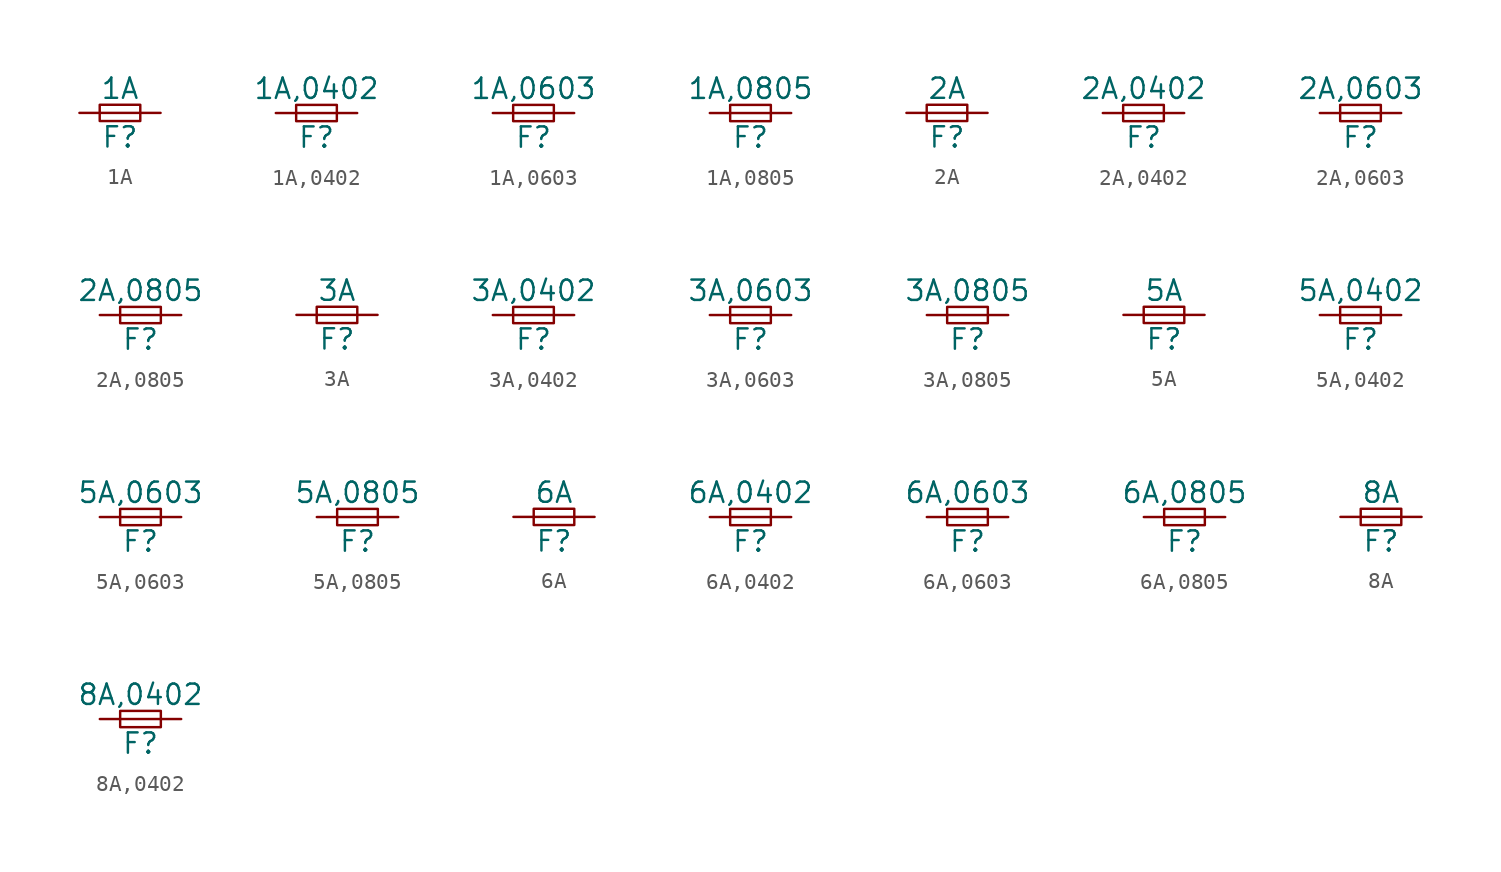
<source format=kicad_sym>
(kicad_symbol_lib
  (version 20211014)
  (generator kicad_symbol_editor)
  (symbol "1A"
    (pin_numbers hide)
    (pin_names
      (offset 0.254) hide)
    (property "Reference" "F"
      (at 0 -1.524 0)
      (effects (font (size 1.27 1.27))))
    (property "Value" "1A"
      (at 0 1.524 0)
      (effects (font (size 1.27 1.27))))
    (symbol "1A_0_1"
      (rectangle (start -1.27 0.508) (end 1.27 -0.508) (stroke (width 0) (type default) (color 0 0 0 0)) (fill (type none)))
      (polyline (pts (xy -1.27 0) (xy 1.27 0)) (stroke (width 0) (type default) (color 0 0 0 0)) (fill (type none))))
    (symbol "1A_1_1"
      (pin passive line (at -2.54 0 0) (length 1.27) (name "~" (effects (font (size 1.27 1.27)))) (number "1" (effects (font (size 1.27 1.27)))))
      (pin passive line (at 2.54 0 180) (length 1.27) (name "~" (effects (font (size 1.27 1.27)))) (number "2" (effects (font (size 1.27 1.27)))))))
  (symbol "1A,0402"
    (pin_numbers hide)
    (pin_names
      (offset 0.254) hide)
    (property "Reference" "F"
      (at 0 -1.524 0)
      (effects (font (size 1.27 1.27))))
    (property "Value" "1A,0402"
      (at 0 1.524 0)
      (effects (font (size 1.27 1.27))))
    (symbol "1A,0402_0_1"
      (rectangle (start -1.27 0.508) (end 1.27 -0.508) (stroke (width 0) (type default) (color 0 0 0 0)) (fill (type none)))
      (polyline (pts (xy -1.27 0) (xy 1.27 0)) (stroke (width 0) (type default) (color 0 0 0 0)) (fill (type none))))
    (symbol "1A,0402_1_1"
      (pin passive line (at -2.54 0 0) (length 1.27) (name "~" (effects (font (size 1.27 1.27)))) (number "1" (effects (font (size 1.27 1.27)))))
      (pin passive line (at 2.54 0 180) (length 1.27) (name "~" (effects (font (size 1.27 1.27)))) (number "2" (effects (font (size 1.27 1.27)))))))
  (symbol "1A,0603"
    (pin_numbers hide)
    (pin_names
      (offset 0.254) hide)
    (property "Reference" "F"
      (at 0 -1.524 0)
      (effects (font (size 1.27 1.27))))
    (property "Value" "1A,0603"
      (at 0 1.524 0)
      (effects (font (size 1.27 1.27))))
    (symbol "1A,0603_0_1"
      (rectangle (start -1.27 0.508) (end 1.27 -0.508) (stroke (width 0) (type default) (color 0 0 0 0)) (fill (type none)))
      (polyline (pts (xy -1.27 0) (xy 1.27 0)) (stroke (width 0) (type default) (color 0 0 0 0)) (fill (type none))))
    (symbol "1A,0603_1_1"
      (pin passive line (at -2.54 0 0) (length 1.27) (name "~" (effects (font (size 1.27 1.27)))) (number "1" (effects (font (size 1.27 1.27)))))
      (pin passive line (at 2.54 0 180) (length 1.27) (name "~" (effects (font (size 1.27 1.27)))) (number "2" (effects (font (size 1.27 1.27)))))))
  (symbol "1A,0805"
    (pin_numbers hide)
    (pin_names
      (offset 0.254) hide)
    (property "Reference" "F"
      (at 0 -1.524 0)
      (effects (font (size 1.27 1.27))))
    (property "Value" "1A,0805"
      (at 0 1.524 0)
      (effects (font (size 1.27 1.27))))
    (symbol "1A,0805_0_1"
      (rectangle (start -1.27 0.508) (end 1.27 -0.508) (stroke (width 0) (type default) (color 0 0 0 0)) (fill (type none)))
      (polyline (pts (xy -1.27 0) (xy 1.27 0)) (stroke (width 0) (type default) (color 0 0 0 0)) (fill (type none))))
    (symbol "1A,0805_1_1"
      (pin passive line (at -2.54 0 0) (length 1.27) (name "~" (effects (font (size 1.27 1.27)))) (number "1" (effects (font (size 1.27 1.27)))))
      (pin passive line (at 2.54 0 180) (length 1.27) (name "~" (effects (font (size 1.27 1.27)))) (number "2" (effects (font (size 1.27 1.27)))))))
  (symbol "2A"
    (pin_numbers hide)
    (pin_names
      (offset 0.254) hide)
    (property "Reference" "F"
      (at 0 -1.524 0)
      (effects (font (size 1.27 1.27))))
    (property "Value" "2A"
      (at 0 1.524 0)
      (effects (font (size 1.27 1.27))))
    (symbol "2A_0_1"
      (rectangle (start -1.27 0.508) (end 1.27 -0.508) (stroke (width 0) (type default) (color 0 0 0 0)) (fill (type none)))
      (polyline (pts (xy -1.27 0) (xy 1.27 0)) (stroke (width 0) (type default) (color 0 0 0 0)) (fill (type none))))
    (symbol "2A_1_1"
      (pin passive line (at -2.54 0 0) (length 1.27) (name "~" (effects (font (size 1.27 1.27)))) (number "1" (effects (font (size 1.27 1.27)))))
      (pin passive line (at 2.54 0 180) (length 1.27) (name "~" (effects (font (size 1.27 1.27)))) (number "2" (effects (font (size 1.27 1.27)))))))
  (symbol "2A,0402"
    (pin_numbers hide)
    (pin_names
      (offset 0.254) hide)
    (property "Reference" "F"
      (at 0 -1.524 0)
      (effects (font (size 1.27 1.27))))
    (property "Value" "2A,0402"
      (at 0 1.524 0)
      (effects (font (size 1.27 1.27))))
    (symbol "2A,0402_0_1"
      (rectangle (start -1.27 0.508) (end 1.27 -0.508) (stroke (width 0) (type default) (color 0 0 0 0)) (fill (type none)))
      (polyline (pts (xy -1.27 0) (xy 1.27 0)) (stroke (width 0) (type default) (color 0 0 0 0)) (fill (type none))))
    (symbol "2A,0402_1_1"
      (pin passive line (at -2.54 0 0) (length 1.27) (name "~" (effects (font (size 1.27 1.27)))) (number "1" (effects (font (size 1.27 1.27)))))
      (pin passive line (at 2.54 0 180) (length 1.27) (name "~" (effects (font (size 1.27 1.27)))) (number "2" (effects (font (size 1.27 1.27)))))))
  (symbol "2A,0603"
    (pin_numbers hide)
    (pin_names
      (offset 0.254) hide)
    (property "Reference" "F"
      (at 0 -1.524 0)
      (effects (font (size 1.27 1.27))))
    (property "Value" "2A,0603"
      (at 0 1.524 0)
      (effects (font (size 1.27 1.27))))
    (symbol "2A,0603_0_1"
      (rectangle (start -1.27 0.508) (end 1.27 -0.508) (stroke (width 0) (type default) (color 0 0 0 0)) (fill (type none)))
      (polyline (pts (xy -1.27 0) (xy 1.27 0)) (stroke (width 0) (type default) (color 0 0 0 0)) (fill (type none))))
    (symbol "2A,0603_1_1"
      (pin passive line (at -2.54 0 0) (length 1.27) (name "~" (effects (font (size 1.27 1.27)))) (number "1" (effects (font (size 1.27 1.27)))))
      (pin passive line (at 2.54 0 180) (length 1.27) (name "~" (effects (font (size 1.27 1.27)))) (number "2" (effects (font (size 1.27 1.27)))))))
  (symbol "2A,0805"
    (pin_numbers hide)
    (pin_names
      (offset 0.254) hide)
    (property "Reference" "F"
      (at 0 -1.524 0)
      (effects (font (size 1.27 1.27))))
    (property "Value" "2A,0805"
      (at 0 1.524 0)
      (effects (font (size 1.27 1.27))))
    (symbol "2A,0805_0_1"
      (rectangle (start -1.27 0.508) (end 1.27 -0.508) (stroke (width 0) (type default) (color 0 0 0 0)) (fill (type none)))
      (polyline (pts (xy -1.27 0) (xy 1.27 0)) (stroke (width 0) (type default) (color 0 0 0 0)) (fill (type none))))
    (symbol "2A,0805_1_1"
      (pin passive line (at -2.54 0 0) (length 1.27) (name "~" (effects (font (size 1.27 1.27)))) (number "1" (effects (font (size 1.27 1.27)))))
      (pin passive line (at 2.54 0 180) (length 1.27) (name "~" (effects (font (size 1.27 1.27)))) (number "2" (effects (font (size 1.27 1.27)))))))
  (symbol "3A"
    (pin_numbers hide)
    (pin_names
      (offset 0.254) hide)
    (property "Reference" "F"
      (at 0 -1.524 0)
      (effects (font (size 1.27 1.27))))
    (property "Value" "3A"
      (at 0 1.524 0)
      (effects (font (size 1.27 1.27))))
    (symbol "3A_0_1"
      (rectangle (start -1.27 0.508) (end 1.27 -0.508) (stroke (width 0) (type default) (color 0 0 0 0)) (fill (type none)))
      (polyline (pts (xy -1.27 0) (xy 1.27 0)) (stroke (width 0) (type default) (color 0 0 0 0)) (fill (type none))))
    (symbol "3A_1_1"
      (pin passive line (at -2.54 0 0) (length 1.27) (name "~" (effects (font (size 1.27 1.27)))) (number "1" (effects (font (size 1.27 1.27)))))
      (pin passive line (at 2.54 0 180) (length 1.27) (name "~" (effects (font (size 1.27 1.27)))) (number "2" (effects (font (size 1.27 1.27)))))))
  (symbol "3A,0402"
    (pin_numbers hide)
    (pin_names
      (offset 0.254) hide)
    (property "Reference" "F"
      (at 0 -1.524 0)
      (effects (font (size 1.27 1.27))))
    (property "Value" "3A,0402"
      (at 0 1.524 0)
      (effects (font (size 1.27 1.27))))
    (symbol "3A,0402_0_1"
      (rectangle (start -1.27 0.508) (end 1.27 -0.508) (stroke (width 0) (type default) (color 0 0 0 0)) (fill (type none)))
      (polyline (pts (xy -1.27 0) (xy 1.27 0)) (stroke (width 0) (type default) (color 0 0 0 0)) (fill (type none))))
    (symbol "3A,0402_1_1"
      (pin passive line (at -2.54 0 0) (length 1.27) (name "~" (effects (font (size 1.27 1.27)))) (number "1" (effects (font (size 1.27 1.27)))))
      (pin passive line (at 2.54 0 180) (length 1.27) (name "~" (effects (font (size 1.27 1.27)))) (number "2" (effects (font (size 1.27 1.27)))))))
  (symbol "3A,0603"
    (pin_numbers hide)
    (pin_names
      (offset 0.254) hide)
    (property "Reference" "F"
      (at 0 -1.524 0)
      (effects (font (size 1.27 1.27))))
    (property "Value" "3A,0603"
      (at 0 1.524 0)
      (effects (font (size 1.27 1.27))))
    (symbol "3A,0603_0_1"
      (rectangle (start -1.27 0.508) (end 1.27 -0.508) (stroke (width 0) (type default) (color 0 0 0 0)) (fill (type none)))
      (polyline (pts (xy -1.27 0) (xy 1.27 0)) (stroke (width 0) (type default) (color 0 0 0 0)) (fill (type none))))
    (symbol "3A,0603_1_1"
      (pin passive line (at -2.54 0 0) (length 1.27) (name "~" (effects (font (size 1.27 1.27)))) (number "1" (effects (font (size 1.27 1.27)))))
      (pin passive line (at 2.54 0 180) (length 1.27) (name "~" (effects (font (size 1.27 1.27)))) (number "2" (effects (font (size 1.27 1.27)))))))
  (symbol "3A,0805"
    (pin_numbers hide)
    (pin_names
      (offset 0.254) hide)
    (property "Reference" "F"
      (at 0 -1.524 0)
      (effects (font (size 1.27 1.27))))
    (property "Value" "3A,0805"
      (at 0 1.524 0)
      (effects (font (size 1.27 1.27))))
    (symbol "3A,0805_0_1"
      (rectangle (start -1.27 0.508) (end 1.27 -0.508) (stroke (width 0) (type default) (color 0 0 0 0)) (fill (type none)))
      (polyline (pts (xy -1.27 0) (xy 1.27 0)) (stroke (width 0) (type default) (color 0 0 0 0)) (fill (type none))))
    (symbol "3A,0805_1_1"
      (pin passive line (at -2.54 0 0) (length 1.27) (name "~" (effects (font (size 1.27 1.27)))) (number "1" (effects (font (size 1.27 1.27)))))
      (pin passive line (at 2.54 0 180) (length 1.27) (name "~" (effects (font (size 1.27 1.27)))) (number "2" (effects (font (size 1.27 1.27)))))))
  (symbol "5A"
    (pin_numbers hide)
    (pin_names
      (offset 0.254) hide)
    (property "Reference" "F"
      (at 0 -1.524 0)
      (effects (font (size 1.27 1.27))))
    (property "Value" "5A"
      (at 0 1.524 0)
      (effects (font (size 1.27 1.27))))
    (symbol "5A_0_1"
      (rectangle (start -1.27 0.508) (end 1.27 -0.508) (stroke (width 0) (type default) (color 0 0 0 0)) (fill (type none)))
      (polyline (pts (xy -1.27 0) (xy 1.27 0)) (stroke (width 0) (type default) (color 0 0 0 0)) (fill (type none))))
    (symbol "5A_1_1"
      (pin passive line (at -2.54 0 0) (length 1.27) (name "~" (effects (font (size 1.27 1.27)))) (number "1" (effects (font (size 1.27 1.27)))))
      (pin passive line (at 2.54 0 180) (length 1.27) (name "~" (effects (font (size 1.27 1.27)))) (number "2" (effects (font (size 1.27 1.27)))))))
  (symbol "5A,0402"
    (pin_numbers hide)
    (pin_names
      (offset 0.254) hide)
    (property "Reference" "F"
      (at 0 -1.524 0)
      (effects (font (size 1.27 1.27))))
    (property "Value" "5A,0402"
      (at 0 1.524 0)
      (effects (font (size 1.27 1.27))))
    (symbol "5A,0402_0_1"
      (rectangle (start -1.27 0.508) (end 1.27 -0.508) (stroke (width 0) (type default) (color 0 0 0 0)) (fill (type none)))
      (polyline (pts (xy -1.27 0) (xy 1.27 0)) (stroke (width 0) (type default) (color 0 0 0 0)) (fill (type none))))
    (symbol "5A,0402_1_1"
      (pin passive line (at -2.54 0 0) (length 1.27) (name "~" (effects (font (size 1.27 1.27)))) (number "1" (effects (font (size 1.27 1.27)))))
      (pin passive line (at 2.54 0 180) (length 1.27) (name "~" (effects (font (size 1.27 1.27)))) (number "2" (effects (font (size 1.27 1.27)))))))
  (symbol "5A,0603"
    (pin_numbers hide)
    (pin_names
      (offset 0.254) hide)
    (property "Reference" "F"
      (at 0 -1.524 0)
      (effects (font (size 1.27 1.27))))
    (property "Value" "5A,0603"
      (at 0 1.524 0)
      (effects (font (size 1.27 1.27))))
    (symbol "5A,0603_0_1"
      (rectangle (start -1.27 0.508) (end 1.27 -0.508) (stroke (width 0) (type default) (color 0 0 0 0)) (fill (type none)))
      (polyline (pts (xy -1.27 0) (xy 1.27 0)) (stroke (width 0) (type default) (color 0 0 0 0)) (fill (type none))))
    (symbol "5A,0603_1_1"
      (pin passive line (at -2.54 0 0) (length 1.27) (name "~" (effects (font (size 1.27 1.27)))) (number "1" (effects (font (size 1.27 1.27)))))
      (pin passive line (at 2.54 0 180) (length 1.27) (name "~" (effects (font (size 1.27 1.27)))) (number "2" (effects (font (size 1.27 1.27)))))))
  (symbol "5A,0805"
    (pin_numbers hide)
    (pin_names
      (offset 0.254) hide)
    (property "Reference" "F"
      (at 0 -1.524 0)
      (effects (font (size 1.27 1.27))))
    (property "Value" "5A,0805"
      (at 0 1.524 0)
      (effects (font (size 1.27 1.27))))
    (symbol "5A,0805_0_1"
      (rectangle (start -1.27 0.508) (end 1.27 -0.508) (stroke (width 0) (type default) (color 0 0 0 0)) (fill (type none)))
      (polyline (pts (xy -1.27 0) (xy 1.27 0)) (stroke (width 0) (type default) (color 0 0 0 0)) (fill (type none))))
    (symbol "5A,0805_1_1"
      (pin passive line (at -2.54 0 0) (length 1.27) (name "~" (effects (font (size 1.27 1.27)))) (number "1" (effects (font (size 1.27 1.27)))))
      (pin passive line (at 2.54 0 180) (length 1.27) (name "~" (effects (font (size 1.27 1.27)))) (number "2" (effects (font (size 1.27 1.27)))))))
  (symbol "6A"
    (pin_numbers hide)
    (pin_names
      (offset 0.254) hide)
    (property "Reference" "F"
      (at 0 -1.524 0)
      (effects (font (size 1.27 1.27))))
    (property "Value" "6A"
      (at 0 1.524 0)
      (effects (font (size 1.27 1.27))))
    (symbol "6A_0_1"
      (rectangle (start -1.27 0.508) (end 1.27 -0.508) (stroke (width 0) (type default) (color 0 0 0 0)) (fill (type none)))
      (polyline (pts (xy -1.27 0) (xy 1.27 0)) (stroke (width 0) (type default) (color 0 0 0 0)) (fill (type none))))
    (symbol "6A_1_1"
      (pin passive line (at -2.54 0 0) (length 1.27) (name "~" (effects (font (size 1.27 1.27)))) (number "1" (effects (font (size 1.27 1.27)))))
      (pin passive line (at 2.54 0 180) (length 1.27) (name "~" (effects (font (size 1.27 1.27)))) (number "2" (effects (font (size 1.27 1.27)))))))
  (symbol "6A,0402"
    (pin_numbers hide)
    (pin_names
      (offset 0.254) hide)
    (property "Reference" "F"
      (at 0 -1.524 0)
      (effects (font (size 1.27 1.27))))
    (property "Value" "6A,0402"
      (at 0 1.524 0)
      (effects (font (size 1.27 1.27))))
    (symbol "6A,0402_0_1"
      (rectangle (start -1.27 0.508) (end 1.27 -0.508) (stroke (width 0) (type default) (color 0 0 0 0)) (fill (type none)))
      (polyline (pts (xy -1.27 0) (xy 1.27 0)) (stroke (width 0) (type default) (color 0 0 0 0)) (fill (type none))))
    (symbol "6A,0402_1_1"
      (pin passive line (at -2.54 0 0) (length 1.27) (name "~" (effects (font (size 1.27 1.27)))) (number "1" (effects (font (size 1.27 1.27)))))
      (pin passive line (at 2.54 0 180) (length 1.27) (name "~" (effects (font (size 1.27 1.27)))) (number "2" (effects (font (size 1.27 1.27)))))))
  (symbol "6A,0603"
    (pin_numbers hide)
    (pin_names
      (offset 0.254) hide)
    (property "Reference" "F"
      (at 0 -1.524 0)
      (effects (font (size 1.27 1.27))))
    (property "Value" "6A,0603"
      (at 0 1.524 0)
      (effects (font (size 1.27 1.27))))
    (symbol "6A,0603_0_1"
      (rectangle (start -1.27 0.508) (end 1.27 -0.508) (stroke (width 0) (type default) (color 0 0 0 0)) (fill (type none)))
      (polyline (pts (xy -1.27 0) (xy 1.27 0)) (stroke (width 0) (type default) (color 0 0 0 0)) (fill (type none))))
    (symbol "6A,0603_1_1"
      (pin passive line (at -2.54 0 0) (length 1.27) (name "~" (effects (font (size 1.27 1.27)))) (number "1" (effects (font (size 1.27 1.27)))))
      (pin passive line (at 2.54 0 180) (length 1.27) (name "~" (effects (font (size 1.27 1.27)))) (number "2" (effects (font (size 1.27 1.27)))))))
  (symbol "6A,0805"
    (pin_numbers hide)
    (pin_names
      (offset 0.254) hide)
    (property "Reference" "F"
      (at 0 -1.524 0)
      (effects (font (size 1.27 1.27))))
    (property "Value" "6A,0805"
      (at 0 1.524 0)
      (effects (font (size 1.27 1.27))))
    (symbol "6A,0805_0_1"
      (rectangle (start -1.27 0.508) (end 1.27 -0.508) (stroke (width 0) (type default) (color 0 0 0 0)) (fill (type none)))
      (polyline (pts (xy -1.27 0) (xy 1.27 0)) (stroke (width 0) (type default) (color 0 0 0 0)) (fill (type none))))
    (symbol "6A,0805_1_1"
      (pin passive line (at -2.54 0 0) (length 1.27) (name "~" (effects (font (size 1.27 1.27)))) (number "1" (effects (font (size 1.27 1.27)))))
      (pin passive line (at 2.54 0 180) (length 1.27) (name "~" (effects (font (size 1.27 1.27)))) (number "2" (effects (font (size 1.27 1.27)))))))
  (symbol "8A"
    (pin_numbers hide)
    (pin_names
      (offset 0.254) hide)
    (property "Reference" "F"
      (at 0 -1.524 0)
      (effects (font (size 1.27 1.27))))
    (property "Value" "8A"
      (at 0 1.524 0)
      (effects (font (size 1.27 1.27))))
    (symbol "8A_0_1"
      (rectangle (start -1.27 0.508) (end 1.27 -0.508) (stroke (width 0) (type default) (color 0 0 0 0)) (fill (type none)))
      (polyline (pts (xy -1.27 0) (xy 1.27 0)) (stroke (width 0) (type default) (color 0 0 0 0)) (fill (type none))))
    (symbol "8A_1_1"
      (pin passive line (at -2.54 0 0) (length 1.27) (name "~" (effects (font (size 1.27 1.27)))) (number "1" (effects (font (size 1.27 1.27)))))
      (pin passive line (at 2.54 0 180) (length 1.27) (name "~" (effects (font (size 1.27 1.27)))) (number "2" (effects (font (size 1.27 1.27)))))))
  (symbol "8A,0402"
    (pin_numbers hide)
    (pin_names
      (offset 0.254) hide)
    (property "Reference" "F"
      (at 0 -1.524 0)
      (effects (font (size 1.27 1.27))))
    (property "Value" "8A,0402"
      (at 0 1.524 0)
      (effects (font (size 1.27 1.27))))
    (symbol "8A,0402_0_1"
      (rectangle (start -1.27 0.508) (end 1.27 -0.508) (stroke (width 0) (type default) (color 0 0 0 0)) (fill (type none)))
      (polyline (pts (xy -1.27 0) (xy 1.27 0)) (stroke (width 0) (type default) (color 0 0 0 0)) (fill (type none))))
    (symbol "8A,0402_1_1"
      (pin passive line (at -2.54 0 0) (length 1.27) (name "~" (effects (font (size 1.27 1.27)))) (number "1" (effects (font (size 1.27 1.27)))))
      (pin passive line (at 2.54 0 180) (length 1.27) (name "~" (effects (font (size 1.27 1.27)))) (number "2" (effects (font (size 1.27 1.27))))))))
</source>
